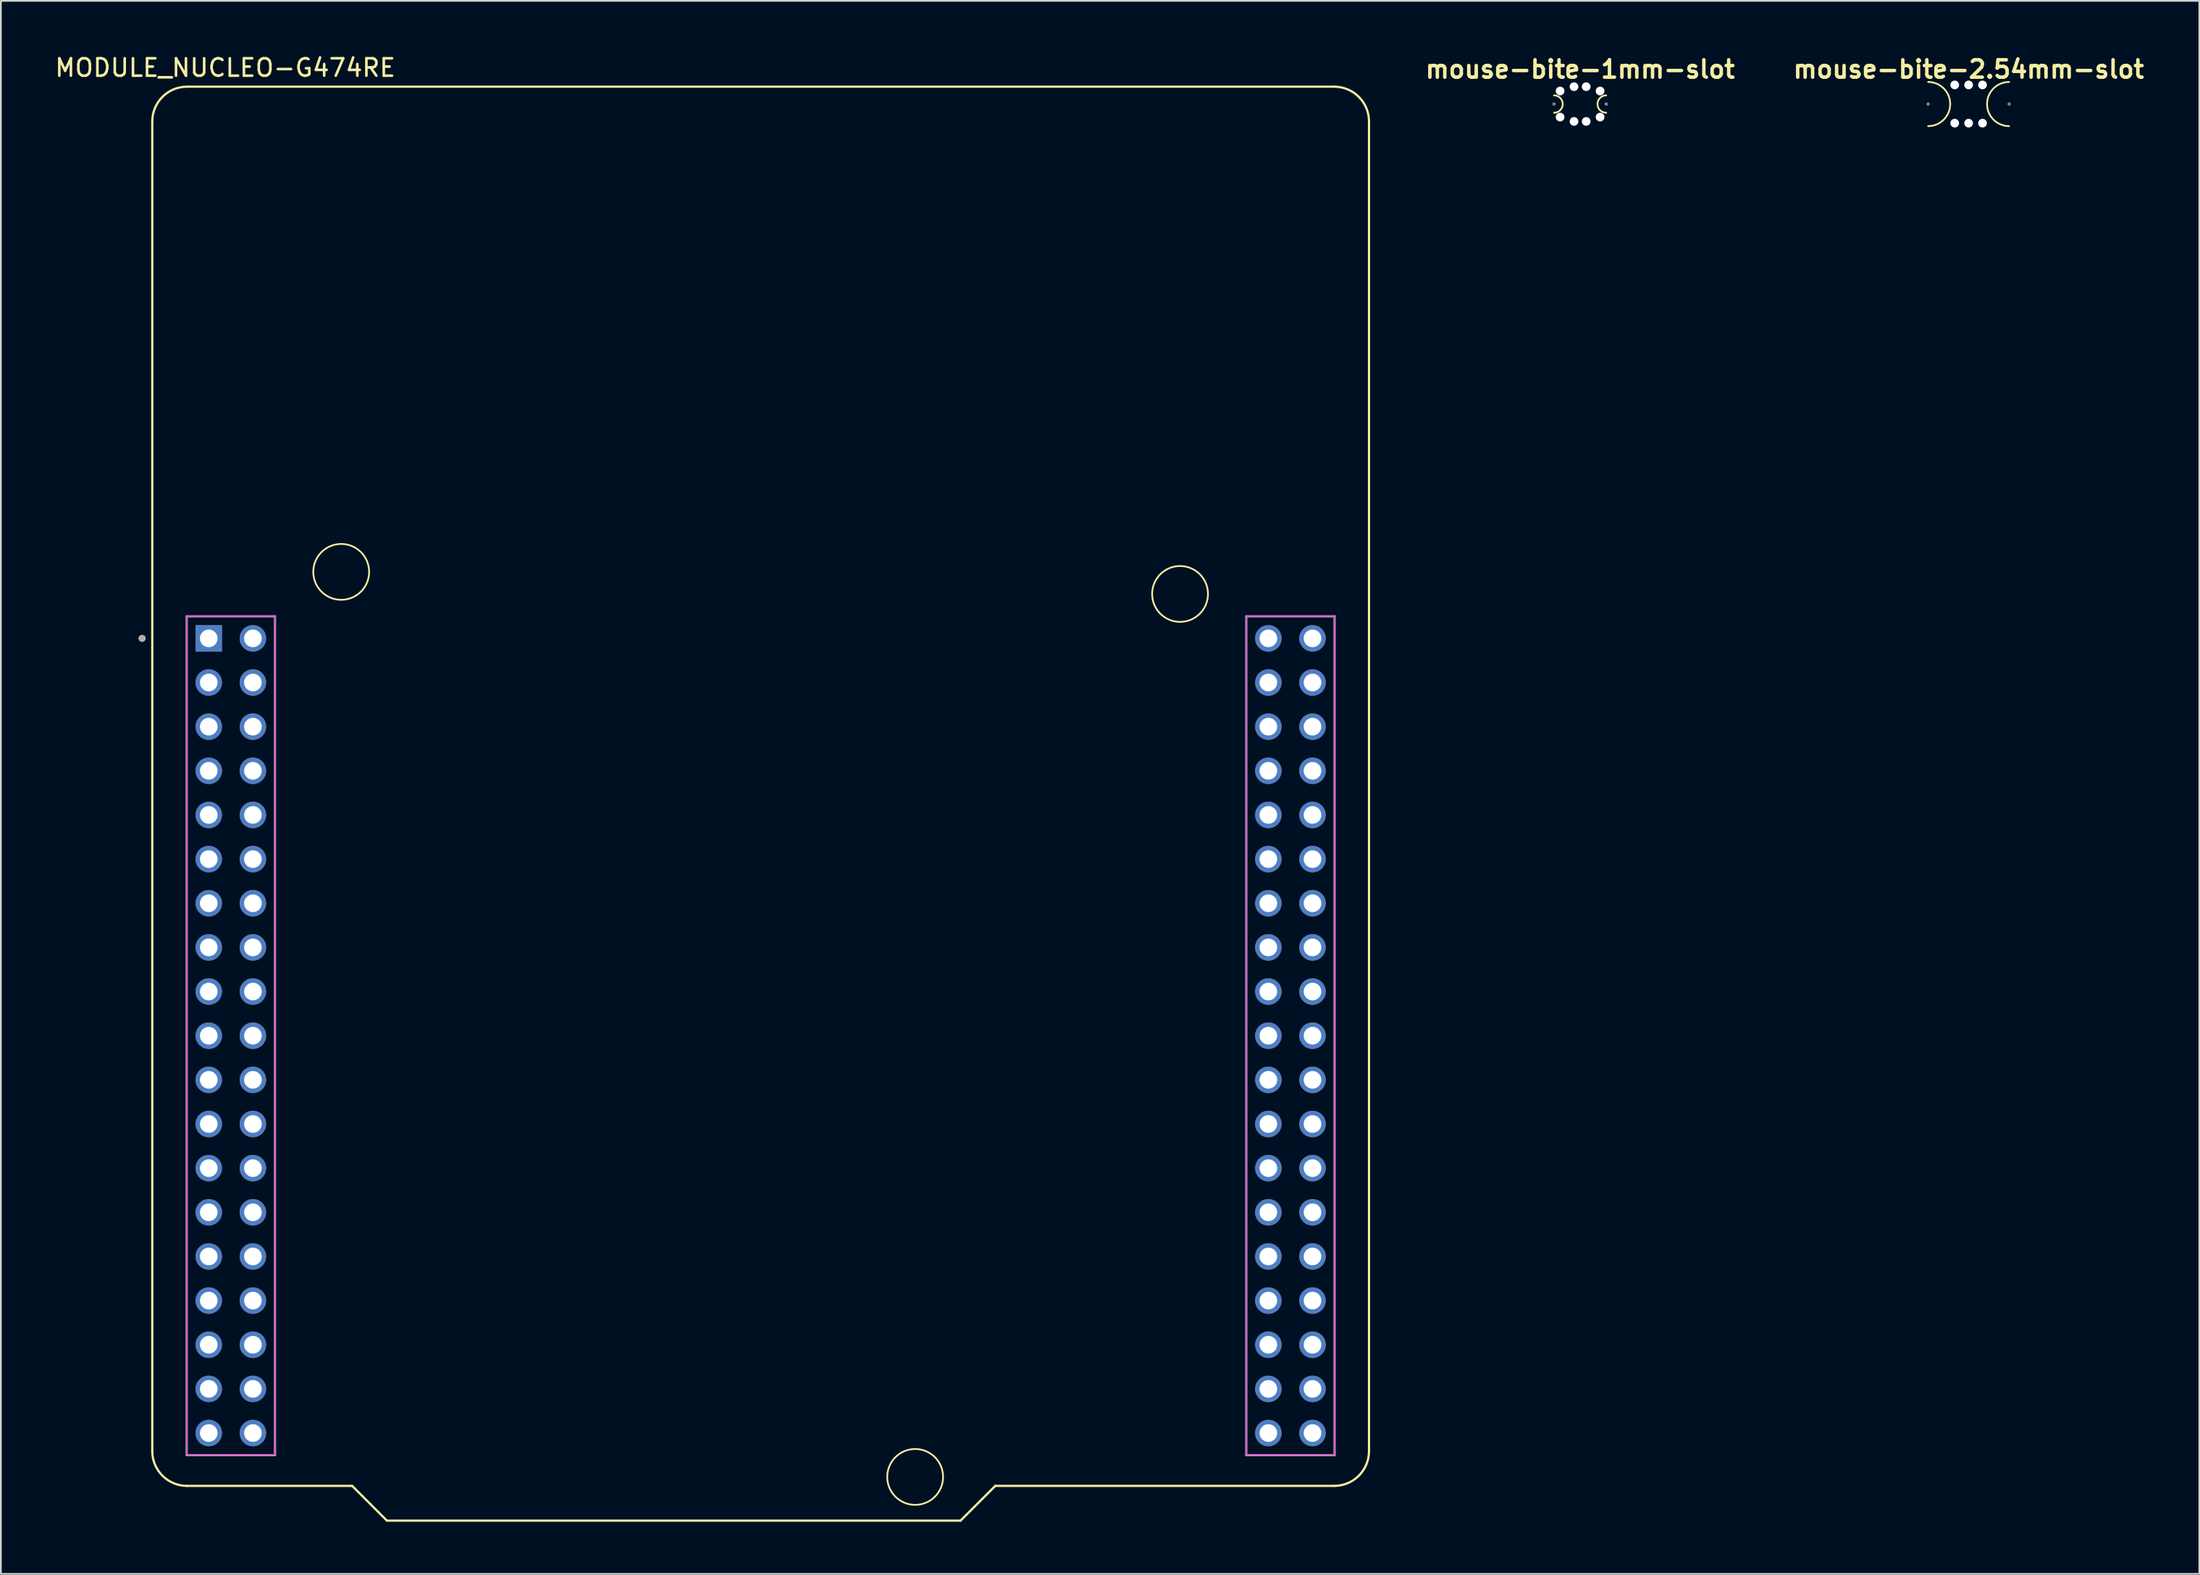
<source format=kicad_pcb>
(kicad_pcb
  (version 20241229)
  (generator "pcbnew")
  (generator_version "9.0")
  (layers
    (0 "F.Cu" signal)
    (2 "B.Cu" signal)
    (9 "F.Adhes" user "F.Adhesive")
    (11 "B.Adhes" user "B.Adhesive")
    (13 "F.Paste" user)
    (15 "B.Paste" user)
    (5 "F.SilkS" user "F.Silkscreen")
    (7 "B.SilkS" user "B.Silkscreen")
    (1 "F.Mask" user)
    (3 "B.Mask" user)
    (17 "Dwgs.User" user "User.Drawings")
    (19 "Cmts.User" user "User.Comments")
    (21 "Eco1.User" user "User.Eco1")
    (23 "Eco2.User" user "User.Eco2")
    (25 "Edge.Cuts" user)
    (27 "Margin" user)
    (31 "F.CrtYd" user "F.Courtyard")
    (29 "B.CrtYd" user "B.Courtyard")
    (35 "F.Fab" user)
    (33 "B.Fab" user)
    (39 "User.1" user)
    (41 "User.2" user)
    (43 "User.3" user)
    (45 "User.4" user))
  (footprint "mouse-bite-1mm-slot"
    (layer "F.Cu")
    (at 87.855 2.936)
    (property "Reference" "mouse-bite-1mm-slot" (at 0 -2 0) (layer "F.SilkS") (effects (font (size 1 1) (thickness 0.2))))
    (attr through_hole)
    (fp_arc (start -1.5 -0.5) (mid -1 0) (end -1.5 0.5) (stroke (width 0.1) (type solid)) (layer "F.SilkS"))
    (fp_arc (start 1.5 0.5) (mid 1 0) (end 1.5 -0.5) (stroke (width 0.1) (type solid)) (layer "F.SilkS"))
    (fp_circle (center -1.5 0) (end -1.44 0) (stroke (width 0.05) (type solid)) (fill no) (layer "Dwgs.User"))
    (fp_circle (center 1.5 0) (end 1.56 0) (stroke (width 0.05) (type solid)) (fill no) (layer "Dwgs.User"))
    (fp_line (start -1.5 0) (end -1.5 0) (stroke (width 1) (type solid)) (layer "Eco1.User"))
    (fp_line (start 1.5 0) (end 1.5 0) (stroke (width 1) (type solid)) (layer "Eco1.User"))
    (pad "" np_thru_hole circle (at -1.15 -0.75) (size 0.5 0.5) (drill 0.5) (layers "*.Cu" "*.Mask"))
    (pad "" np_thru_hole circle (at -1.15 0.75) (size 0.5 0.5) (drill 0.5) (layers "*.Cu" "*.Mask"))
    (pad "" np_thru_hole circle (at -0.35 -1) (size 0.5 0.5) (drill 0.5) (layers "*.Cu" "*.Mask"))
    (pad "" np_thru_hole circle (at -0.35 1) (size 0.5 0.5) (drill 0.5) (layers "*.Cu" "*.Mask"))
    (pad "" np_thru_hole circle (at 0.35 -1) (size 0.5 0.5) (drill 0.5) (layers "*.Cu" "*.Mask"))
    (pad "" np_thru_hole circle (at 0.35 1) (size 0.5 0.5) (drill 0.5) (layers "*.Cu" "*.Mask"))
    (pad "" np_thru_hole circle (at 1.15 -0.75) (size 0.5 0.5) (drill 0.5) (layers "*.Cu" "*.Mask"))
    (pad "" np_thru_hole circle (at 1.15 0.75) (size 0.5 0.5) (drill 0.5) (layers "*.Cu" "*.Mask")))
  (footprint "MODULE_NUCLEO-G474RE"
    (layer "F.Cu")
    (at 40.71 43.187)
    (property "Reference" "MODULE_NUCLEO-G474RE" (at -30.8 -42.339 0) (layer "F.SilkS") (effects (font (size 1 1) (thickness 0.15))))
    (attr through_hole)
    (fp_line (start -35 -39.25) (end -35 37.25) (stroke (width 0.127) (type solid)) (layer "F.SilkS"))
    (fp_line (start -33 -41.25) (end 33 -41.25) (stroke (width 0.127) (type solid)) (layer "F.SilkS"))
    (fp_line (start -33 39.25) (end -23.5 39.25) (stroke (width 0.127) (type solid)) (layer "F.SilkS"))
    (fp_line (start -23.5 39.25) (end -21.5 41.25) (stroke (width 0.127) (type solid)) (layer "F.SilkS"))
    (fp_line (start -21.5 41.25) (end 11.5 41.25) (stroke (width 0.127) (type solid)) (layer "F.SilkS"))
    (fp_line (start 11.5 41.25) (end 13.5 39.25) (stroke (width 0.127) (type solid)) (layer "F.SilkS"))
    (fp_line (start 13.5 39.25) (end 33 39.25) (stroke (width 0.127) (type solid)) (layer "F.SilkS"))
    (fp_line (start 35 37.25) (end 35 -39.25) (stroke (width 0.127) (type solid)) (layer "F.SilkS"))
    (fp_arc (start -35 -39.25) (mid -34.414214 -40.664214) (end -33 -41.25) (stroke (width 0.127) (type solid)) (layer "F.SilkS"))
    (fp_arc (start -33 39.25) (mid -34.414214 38.664214) (end -35 37.25) (stroke (width 0.127) (type solid)) (layer "F.SilkS"))
    (fp_arc (start 33 -41.25) (mid 34.414214 -40.664214) (end 35 -39.25) (stroke (width 0.127) (type solid)) (layer "F.SilkS"))
    (fp_arc (start 35 37.25) (mid 34.414214 38.664214) (end 33 39.25) (stroke (width 0.127) (type solid)) (layer "F.SilkS"))
    (fp_circle (center -35.585 -9.51) (end -35.485 -9.51) (stroke (width 0.2) (type solid)) (fill no) (layer "F.SilkS"))
    (fp_circle (center -24.13 -13.335) (end -22.606 -12.827) (stroke (width 0.1) (type default)) (fill no) (layer "F.SilkS"))
    (fp_circle (center 8.89 38.735) (end 10.414 39.243) (stroke (width 0.1) (type default)) (fill no) (layer "F.SilkS"))
    (fp_circle (center 24.13 -12.065) (end 25.654 -11.557) (stroke (width 0.1) (type default)) (fill no) (layer "F.SilkS"))
    (fp_rect (start -33.02 -10.795) (end -27.94 37.465) (stroke (width 0.05) (type default)) (fill no) (layer "F.CrtYd"))
    (fp_rect (start 27.94 -10.795) (end 33.02 37.465) (stroke (width 0.05) (type default)) (fill no) (layer "F.CrtYd"))
    (fp_line (start -33.02 -10.78) (end -27.94 -10.78) (stroke (width 0.127) (type solid)) (layer "F.Fab"))
    (fp_line (start -33.02 37.48) (end -33.02 -10.78) (stroke (width 0.127) (type solid)) (layer "F.Fab"))
    (fp_line (start -27.94 -10.78) (end -27.94 37.48) (stroke (width 0.127) (type solid)) (layer "F.Fab"))
    (fp_line (start -27.94 37.48) (end -33.02 37.48) (stroke (width 0.127) (type solid)) (layer "F.Fab"))
    (fp_line (start 27.94 -10.78) (end 33.02 -10.78) (stroke (width 0.127) (type solid)) (layer "F.Fab"))
    (fp_line (start 27.94 37.48) (end 27.94 -10.78) (stroke (width 0.127) (type solid)) (layer "F.Fab"))
    (fp_line (start 33.02 -10.78) (end 33.02 37.48) (stroke (width 0.127) (type solid)) (layer "F.Fab"))
    (fp_line (start 33.02 37.48) (end 27.94 37.48) (stroke (width 0.127) (type solid)) (layer "F.Fab"))
    (fp_circle (center -35.585 -9.51) (end -35.485 -9.51) (stroke (width 0.2) (type solid)) (fill no) (layer "F.Fab"))
    (pad "CN7_1" thru_hole rect (at -31.75 -9.51) (size 1.524 1.524) (drill 1.016) (layers "*.Cu" "*.Mask"))
    (pad "CN7_2" thru_hole circle (at -29.21 -9.51) (size 1.524 1.524) (drill 1.016) (layers "*.Cu" "*.Mask"))
    (pad "CN7_3" thru_hole circle (at -31.75 -6.97) (size 1.524 1.524) (drill 1.016) (layers "*.Cu" "*.Mask"))
    (pad "CN7_4" thru_hole circle (at -29.21 -6.97) (size 1.524 1.524) (drill 1.016) (layers "*.Cu" "*.Mask"))
    (pad "CN7_5" thru_hole circle (at -31.75 -4.43) (size 1.524 1.524) (drill 1.016) (layers "*.Cu" "*.Mask"))
    (pad "CN7_6" thru_hole circle (at -29.21 -4.43) (size 1.524 1.524) (drill 1.016) (layers "*.Cu" "*.Mask"))
    (pad "CN7_7" thru_hole circle (at -31.75 -1.89) (size 1.524 1.524) (drill 1.016) (layers "*.Cu" "*.Mask"))
    (pad "CN7_8" thru_hole circle (at -29.21 -1.89) (size 1.524 1.524) (drill 1.016) (layers "*.Cu" "*.Mask"))
    (pad "CN7_9" thru_hole circle (at -31.75 0.65) (size 1.524 1.524) (drill 1.016) (layers "*.Cu" "*.Mask"))
    (pad "CN7_10" thru_hole circle (at -29.21 0.65) (size 1.524 1.524) (drill 1.016) (layers "*.Cu" "*.Mask"))
    (pad "CN7_11" thru_hole circle (at -31.75 3.19) (size 1.524 1.524) (drill 1.016) (layers "*.Cu" "*.Mask"))
    (pad "CN7_12" thru_hole circle (at -29.21 3.19) (size 1.524 1.524) (drill 1.016) (layers "*.Cu" "*.Mask"))
    (pad "CN7_13" thru_hole circle (at -31.75 5.73) (size 1.524 1.524) (drill 1.016) (layers "*.Cu" "*.Mask"))
    (pad "CN7_14" thru_hole circle (at -29.21 5.73) (size 1.524 1.524) (drill 1.016) (layers "*.Cu" "*.Mask"))
    (pad "CN7_15" thru_hole circle (at -31.75 8.27) (size 1.524 1.524) (drill 1.016) (layers "*.Cu" "*.Mask"))
    (pad "CN7_16" thru_hole circle (at -29.21 8.27) (size 1.524 1.524) (drill 1.016) (layers "*.Cu" "*.Mask"))
    (pad "CN7_17" thru_hole circle (at -31.75 10.81) (size 1.524 1.524) (drill 1.016) (layers "*.Cu" "*.Mask"))
    (pad "CN7_18" thru_hole circle (at -29.21 10.81) (size 1.524 1.524) (drill 1.016) (layers "*.Cu" "*.Mask"))
    (pad "CN7_19" thru_hole circle (at -31.75 13.35) (size 1.524 1.524) (drill 1.016) (layers "*.Cu" "*.Mask"))
    (pad "CN7_20" thru_hole circle (at -29.21 13.35) (size 1.524 1.524) (drill 1.016) (layers "*.Cu" "*.Mask"))
    (pad "CN7_21" thru_hole circle (at -31.75 15.89) (size 1.524 1.524) (drill 1.016) (layers "*.Cu" "*.Mask"))
    (pad "CN7_22" thru_hole circle (at -29.21 15.89) (size 1.524 1.524) (drill 1.016) (layers "*.Cu" "*.Mask"))
    (pad "CN7_23" thru_hole circle (at -31.75 18.43) (size 1.524 1.524) (drill 1.016) (layers "*.Cu" "*.Mask"))
    (pad "CN7_24" thru_hole circle (at -29.21 18.43) (size 1.524 1.524) (drill 1.016) (layers "*.Cu" "*.Mask"))
    (pad "CN7_25" thru_hole circle (at -31.75 20.97) (size 1.524 1.524) (drill 1.016) (layers "*.Cu" "*.Mask"))
    (pad "CN7_26" thru_hole circle (at -29.21 20.97) (size 1.524 1.524) (drill 1.016) (layers "*.Cu" "*.Mask"))
    (pad "CN7_27" thru_hole circle (at -31.75 23.51) (size 1.524 1.524) (drill 1.016) (layers "*.Cu" "*.Mask"))
    (pad "CN7_28" thru_hole circle (at -29.21 23.51) (size 1.524 1.524) (drill 1.016) (layers "*.Cu" "*.Mask"))
    (pad "CN7_29" thru_hole circle (at -31.75 26.05) (size 1.524 1.524) (drill 1.016) (layers "*.Cu" "*.Mask"))
    (pad "CN7_30" thru_hole circle (at -29.21 26.05) (size 1.524 1.524) (drill 1.016) (layers "*.Cu" "*.Mask"))
    (pad "CN7_31" thru_hole circle (at -31.75 28.59) (size 1.524 1.524) (drill 1.016) (layers "*.Cu" "*.Mask"))
    (pad "CN7_32" thru_hole circle (at -29.21 28.59) (size 1.524 1.524) (drill 1.016) (layers "*.Cu" "*.Mask"))
    (pad "CN7_33" thru_hole circle (at -31.75 31.13) (size 1.524 1.524) (drill 1.016) (layers "*.Cu" "*.Mask"))
    (pad "CN7_34" thru_hole circle (at -29.21 31.13) (size 1.524 1.524) (drill 1.016) (layers "*.Cu" "*.Mask"))
    (pad "CN7_35" thru_hole circle (at -31.75 33.67) (size 1.524 1.524) (drill 1.016) (layers "*.Cu" "*.Mask"))
    (pad "CN7_36" thru_hole circle (at -29.21 33.67) (size 1.524 1.524) (drill 1.016) (layers "*.Cu" "*.Mask"))
    (pad "CN7_37" thru_hole circle (at -31.75 36.21) (size 1.524 1.524) (drill 1.016) (layers "*.Cu" "*.Mask"))
    (pad "CN7_38" thru_hole circle (at -29.21 36.21) (size 1.524 1.524) (drill 1.016) (layers "*.Cu" "*.Mask"))
    (pad "CN10_1" thru_hole circle (at 29.21 -9.51) (size 1.524 1.524) (drill 1.016) (layers "*.Cu" "*.Mask"))
    (pad "CN10_2" thru_hole circle (at 31.75 -9.51) (size 1.524 1.524) (drill 1.016) (layers "*.Cu" "*.Mask"))
    (pad "CN10_3" thru_hole circle (at 29.21 -6.97) (size 1.524 1.524) (drill 1.016) (layers "*.Cu" "*.Mask"))
    (pad "CN10_4" thru_hole circle (at 31.75 -6.97) (size 1.524 1.524) (drill 1.016) (layers "*.Cu" "*.Mask"))
    (pad "CN10_5" thru_hole circle (at 29.21 -4.43) (size 1.524 1.524) (drill 1.016) (layers "*.Cu" "*.Mask"))
    (pad "CN10_6" thru_hole circle (at 31.75 -4.43) (size 1.524 1.524) (drill 1.016) (layers "*.Cu" "*.Mask"))
    (pad "CN10_7" thru_hole circle (at 29.21 -1.89) (size 1.524 1.524) (drill 1.016) (layers "*.Cu" "*.Mask"))
    (pad "CN10_8" thru_hole circle (at 31.75 -1.89) (size 1.524 1.524) (drill 1.016) (layers "*.Cu" "*.Mask"))
    (pad "CN10_9" thru_hole circle (at 29.21 0.65) (size 1.524 1.524) (drill 1.016) (layers "*.Cu" "*.Mask"))
    (pad "CN10_10" thru_hole circle (at 31.75 0.65) (size 1.524 1.524) (drill 1.016) (layers "*.Cu" "*.Mask"))
    (pad "CN10_11" thru_hole circle (at 29.21 3.19) (size 1.524 1.524) (drill 1.016) (layers "*.Cu" "*.Mask"))
    (pad "CN10_12" thru_hole circle (at 31.75 3.19) (size 1.524 1.524) (drill 1.016) (layers "*.Cu" "*.Mask"))
    (pad "CN10_13" thru_hole circle (at 29.21 5.73) (size 1.524 1.524) (drill 1.016) (layers "*.Cu" "*.Mask"))
    (pad "CN10_14" thru_hole circle (at 31.75 5.73) (size 1.524 1.524) (drill 1.016) (layers "*.Cu" "*.Mask"))
    (pad "CN10_15" thru_hole circle (at 29.21 8.27) (size 1.524 1.524) (drill 1.016) (layers "*.Cu" "*.Mask"))
    (pad "CN10_16" thru_hole circle (at 31.75 8.27) (size 1.524 1.524) (drill 1.016) (layers "*.Cu" "*.Mask"))
    (pad "CN10_17" thru_hole circle (at 29.21 10.81) (size 1.524 1.524) (drill 1.016) (layers "*.Cu" "*.Mask"))
    (pad "CN10_18" thru_hole circle (at 31.75 10.81) (size 1.524 1.524) (drill 1.016) (layers "*.Cu" "*.Mask"))
    (pad "CN10_19" thru_hole circle (at 29.21 13.35) (size 1.524 1.524) (drill 1.016) (layers "*.Cu" "*.Mask"))
    (pad "CN10_20" thru_hole circle (at 31.75 13.35) (size 1.524 1.524) (drill 1.016) (layers "*.Cu" "*.Mask"))
    (pad "CN10_21" thru_hole circle (at 29.21 15.89) (size 1.524 1.524) (drill 1.016) (layers "*.Cu" "*.Mask"))
    (pad "CN10_22" thru_hole circle (at 31.75 15.89) (size 1.524 1.524) (drill 1.016) (layers "*.Cu" "*.Mask"))
    (pad "CN10_23" thru_hole circle (at 29.21 18.43) (size 1.524 1.524) (drill 1.016) (layers "*.Cu" "*.Mask"))
    (pad "CN10_24" thru_hole circle (at 31.75 18.43) (size 1.524 1.524) (drill 1.016) (layers "*.Cu" "*.Mask"))
    (pad "CN10_25" thru_hole circle (at 29.21 20.97) (size 1.524 1.524) (drill 1.016) (layers "*.Cu" "*.Mask"))
    (pad "CN10_26" thru_hole circle (at 31.75 20.97) (size 1.524 1.524) (drill 1.016) (layers "*.Cu" "*.Mask"))
    (pad "CN10_27" thru_hole circle (at 29.21 23.51) (size 1.524 1.524) (drill 1.016) (layers "*.Cu" "*.Mask"))
    (pad "CN10_28" thru_hole circle (at 31.75 23.51) (size 1.524 1.524) (drill 1.016) (layers "*.Cu" "*.Mask"))
    (pad "CN10_29" thru_hole circle (at 29.21 26.05) (size 1.524 1.524) (drill 1.016) (layers "*.Cu" "*.Mask"))
    (pad "CN10_30" thru_hole circle (at 31.75 26.05) (size 1.524 1.524) (drill 1.016) (layers "*.Cu" "*.Mask"))
    (pad "CN10_31" thru_hole circle (at 29.21 28.59) (size 1.524 1.524) (drill 1.016) (layers "*.Cu" "*.Mask"))
    (pad "CN10_32" thru_hole circle (at 31.75 28.59) (size 1.524 1.524) (drill 1.016) (layers "*.Cu" "*.Mask"))
    (pad "CN10_33" thru_hole circle (at 29.21 31.13) (size 1.524 1.524) (drill 1.016) (layers "*.Cu" "*.Mask"))
    (pad "CN10_34" thru_hole circle (at 31.75 31.13) (size 1.524 1.524) (drill 1.016) (layers "*.Cu" "*.Mask"))
    (pad "CN10_35" thru_hole circle (at 29.21 33.67) (size 1.524 1.524) (drill 1.016) (layers "*.Cu" "*.Mask"))
    (pad "CN10_36" thru_hole circle (at 31.75 33.67) (size 1.524 1.524) (drill 1.016) (layers "*.Cu" "*.Mask"))
    (pad "CN10_37" thru_hole circle (at 29.21 36.21) (size 1.524 1.524) (drill 1.016) (layers "*.Cu" "*.Mask"))
    (pad "CN10_38" thru_hole circle (at 31.75 36.21) (size 1.524 1.524) (drill 1.016) (layers "*.Cu" "*.Mask")))
  (footprint "mouse-bite-2.54mm-slot"
    (layer "F.Cu")
    (at 110.207 2.936)
    (property "Reference" "mouse-bite-2.54mm-slot" (at 0 -2 0) (layer "F.SilkS") (effects (font (size 1 1) (thickness 0.2))))
    (attr through_hole)
    (fp_arc (start -2.33 -1.27) (mid -1.06 0) (end -2.33 1.27) (stroke (width 0.1) (type solid)) (layer "F.SilkS"))
    (fp_arc (start 2.33 1.27) (mid 1.06 0) (end 2.33 -1.27) (stroke (width 0.1) (type solid)) (layer "F.SilkS"))
    (fp_circle (center -2.33 0) (end -2.27 0) (stroke (width 0.05) (type solid)) (fill no) (layer "Dwgs.User"))
    (fp_circle (center 2.33 0) (end 2.33 -0.06) (stroke (width 0.05) (type solid)) (fill no) (layer "Dwgs.User"))
    (fp_line (start -2.33 0) (end -2.33 0) (stroke (width 2.54) (type solid)) (layer "Eco1.User"))
    (fp_line (start 2.33 0) (end 2.33 0) (stroke (width 2.54) (type solid)) (layer "Eco1.User"))
    (pad "" np_thru_hole circle (at -0.8 -1.1) (size 0.5 0.5) (drill 0.5) (layers "*.Cu" "*.Mask"))
    (pad "" np_thru_hole circle (at -0.8 1.1) (size 0.5 0.5) (drill 0.5) (layers "*.Cu" "*.Mask"))
    (pad "" np_thru_hole circle (at 0 -1.1) (size 0.5 0.5) (drill 0.5) (layers "*.Cu" "*.Mask"))
    (pad "" np_thru_hole circle (at 0 1.1) (size 0.5 0.5) (drill 0.5) (layers "*.Cu" "*.Mask"))
    (pad "" np_thru_hole circle (at 0.8 -1.1) (size 0.5 0.5) (drill 0.5) (layers "*.Cu" "*.Mask"))
    (pad "" np_thru_hole circle (at 0.8 1.1) (size 0.5 0.5) (drill 0.5) (layers "*.Cu" "*.Mask")))
  (gr_rect
    (start -3 -3)
    (end 123.479 87.501)
    (stroke (width 0.1) (type default))
    (fill no)
    (layer "Edge.Cuts")))
</source>
